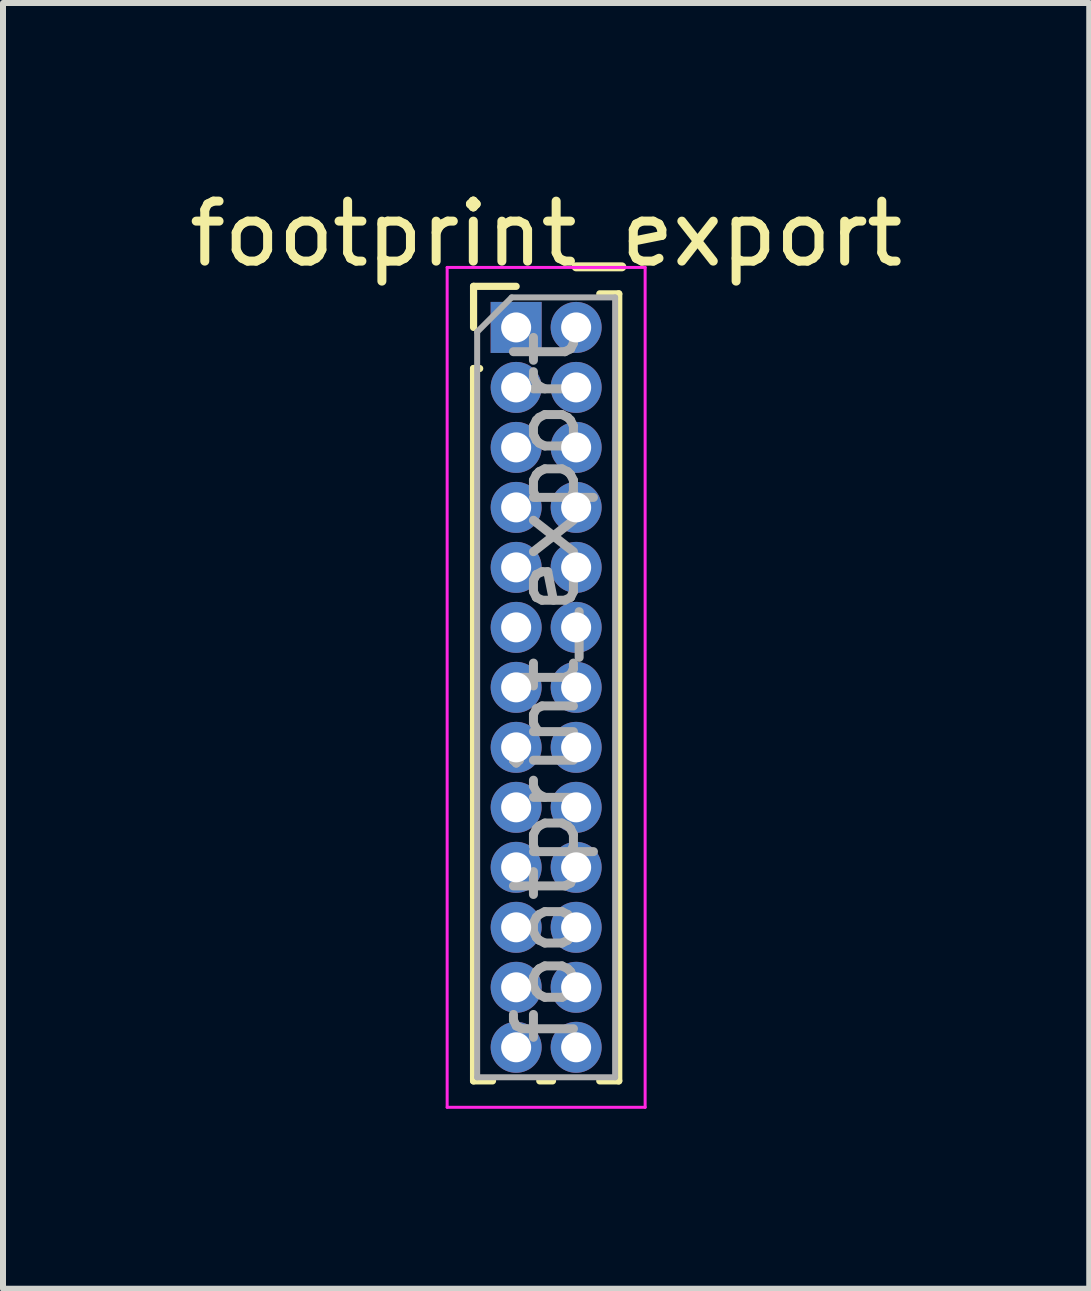
<source format=kicad_pcb>
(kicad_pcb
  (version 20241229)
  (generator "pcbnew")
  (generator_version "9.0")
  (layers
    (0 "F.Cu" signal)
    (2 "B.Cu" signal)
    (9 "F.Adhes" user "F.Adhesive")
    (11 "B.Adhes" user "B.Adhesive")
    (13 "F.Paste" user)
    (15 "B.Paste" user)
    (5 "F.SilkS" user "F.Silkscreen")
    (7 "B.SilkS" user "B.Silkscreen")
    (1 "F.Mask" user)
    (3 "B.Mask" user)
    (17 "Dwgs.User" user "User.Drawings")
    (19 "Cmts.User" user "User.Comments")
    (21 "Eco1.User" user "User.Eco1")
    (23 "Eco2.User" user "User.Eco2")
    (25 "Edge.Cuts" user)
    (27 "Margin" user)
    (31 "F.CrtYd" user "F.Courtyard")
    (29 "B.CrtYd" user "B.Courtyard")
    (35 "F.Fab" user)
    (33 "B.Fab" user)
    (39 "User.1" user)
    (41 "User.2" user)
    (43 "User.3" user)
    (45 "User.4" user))
  (footprint "footprint_export"
    (layer "F.Cu")
    (at 5.554 2.408)
    (property "Reference" "footprint_export" (at 0.5 -1.56 0) (layer "F.SilkS") (effects (font (size 1 1) (thickness 0.15))))
    (attr through_hole)
    (fp_line (start -0.71 -0.685) (end 0 -0.685) (stroke (width 0.12) (type solid)) (layer "F.SilkS"))
    (fp_line (start -0.71 0) (end -0.71 -0.685) (stroke (width 0.12) (type solid)) (layer "F.SilkS"))
    (fp_line (start -0.71 0.685) (end -0.71 12.56) (stroke (width 0.12) (type solid)) (layer "F.SilkS"))
    (fp_line (start -0.71 0.685) (end -0.608 0.685) (stroke (width 0.12) (type solid)) (layer "F.SilkS"))
    (fp_line (start -0.71 12.56) (end -0.394 12.56) (stroke (width 0.12) (type solid)) (layer "F.SilkS"))
    (fp_line (start 0.394 12.56) (end 0.606 12.56) (stroke (width 0.12) (type solid)) (layer "F.SilkS"))
    (fp_line (start 1.394 -0.56) (end 1.71 -0.56) (stroke (width 0.12) (type solid)) (layer "F.SilkS"))
    (fp_line (start 1.394 12.56) (end 1.71 12.56) (stroke (width 0.12) (type solid)) (layer "F.SilkS"))
    (fp_line (start 1.71 -0.56) (end 1.71 12.56) (stroke (width 0.12) (type solid)) (layer "F.SilkS"))
    (fp_line (start -1.15 -1) (end -1.15 13) (stroke (width 0.05) (type solid)) (layer "F.CrtYd"))
    (fp_line (start -1.15 13) (end 2.15 13) (stroke (width 0.05) (type solid)) (layer "F.CrtYd"))
    (fp_line (start 2.15 -1) (end -1.15 -1) (stroke (width 0.05) (type solid)) (layer "F.CrtYd"))
    (fp_line (start 2.15 13) (end 2.15 -1) (stroke (width 0.05) (type solid)) (layer "F.CrtYd"))
    (fp_line (start -0.65 0.075) (end -0.075 -0.5) (stroke (width 0.1) (type solid)) (layer "F.Fab"))
    (fp_line (start -0.65 12.5) (end -0.65 0.075) (stroke (width 0.1) (type solid)) (layer "F.Fab"))
    (fp_line (start -0.075 -0.5) (end 1.65 -0.5) (stroke (width 0.1) (type solid)) (layer "F.Fab"))
    (fp_line (start 1.65 -0.5) (end 1.65 12.5) (stroke (width 0.1) (type solid)) (layer "F.Fab"))
    (fp_line (start 1.65 12.5) (end -0.65 12.5) (stroke (width 0.1) (type solid)) (layer "F.Fab"))
    (fp_text user "${REFERENCE}" (at 0.5 6 90) (layer "F.Fab") (effects (font (size 1 1) (thickness 0.15))))
    (pad "1" thru_hole rect (at 0 0) (size 0.85 0.85) (drill 0.5) (layers "*.Cu" "*.Mask"))
    (pad "2" thru_hole oval (at 1 0) (size 0.85 0.85) (drill 0.5) (layers "*.Cu" "*.Mask"))
    (pad "3" thru_hole oval (at 0 1) (size 0.85 0.85) (drill 0.5) (layers "*.Cu" "*.Mask"))
    (pad "4" thru_hole oval (at 1 1) (size 0.85 0.85) (drill 0.5) (layers "*.Cu" "*.Mask"))
    (pad "5" thru_hole oval (at 0 2) (size 0.85 0.85) (drill 0.5) (layers "*.Cu" "*.Mask"))
    (pad "6" thru_hole oval (at 1 2) (size 0.85 0.85) (drill 0.5) (layers "*.Cu" "*.Mask"))
    (pad "7" thru_hole oval (at 0 3) (size 0.85 0.85) (drill 0.5) (layers "*.Cu" "*.Mask"))
    (pad "8" thru_hole oval (at 1 3) (size 0.85 0.85) (drill 0.5) (layers "*.Cu" "*.Mask"))
    (pad "9" thru_hole oval (at 0 4) (size 0.85 0.85) (drill 0.5) (layers "*.Cu" "*.Mask"))
    (pad "10" thru_hole oval (at 1 4) (size 0.85 0.85) (drill 0.5) (layers "*.Cu" "*.Mask"))
    (pad "11" thru_hole oval (at 0 5) (size 0.85 0.85) (drill 0.5) (layers "*.Cu" "*.Mask"))
    (pad "12" thru_hole oval (at 1 5) (size 0.85 0.85) (drill 0.5) (layers "*.Cu" "*.Mask"))
    (pad "13" thru_hole oval (at 0 6) (size 0.85 0.85) (drill 0.5) (layers "*.Cu" "*.Mask"))
    (pad "14" thru_hole oval (at 1 6) (size 0.85 0.85) (drill 0.5) (layers "*.Cu" "*.Mask"))
    (pad "15" thru_hole oval (at 0 7) (size 0.85 0.85) (drill 0.5) (layers "*.Cu" "*.Mask"))
    (pad "16" thru_hole oval (at 1 7) (size 0.85 0.85) (drill 0.5) (layers "*.Cu" "*.Mask"))
    (pad "17" thru_hole oval (at 0 8) (size 0.85 0.85) (drill 0.5) (layers "*.Cu" "*.Mask"))
    (pad "18" thru_hole oval (at 1 8) (size 0.85 0.85) (drill 0.5) (layers "*.Cu" "*.Mask"))
    (pad "19" thru_hole oval (at 0 9) (size 0.85 0.85) (drill 0.5) (layers "*.Cu" "*.Mask"))
    (pad "20" thru_hole oval (at 1 9) (size 0.85 0.85) (drill 0.5) (layers "*.Cu" "*.Mask"))
    (pad "21" thru_hole oval (at 0 10) (size 0.85 0.85) (drill 0.5) (layers "*.Cu" "*.Mask"))
    (pad "22" thru_hole oval (at 1 10) (size 0.85 0.85) (drill 0.5) (layers "*.Cu" "*.Mask"))
    (pad "23" thru_hole oval (at 0 11) (size 0.85 0.85) (drill 0.5) (layers "*.Cu" "*.Mask"))
    (pad "24" thru_hole oval (at 1 11) (size 0.85 0.85) (drill 0.5) (layers "*.Cu" "*.Mask"))
    (pad "25" thru_hole oval (at 0 12) (size 0.85 0.85) (drill 0.5) (layers "*.Cu" "*.Mask"))
    (pad "26" thru_hole oval (at 1 12) (size 0.85 0.85) (drill 0.5) (layers "*.Cu" "*.Mask")))
  (gr_rect
    (start -3 -3)
    (end 15.107 18.433)
    (stroke (width 0.1) (type default))
    (fill no)
    (layer "Edge.Cuts")))
</source>
